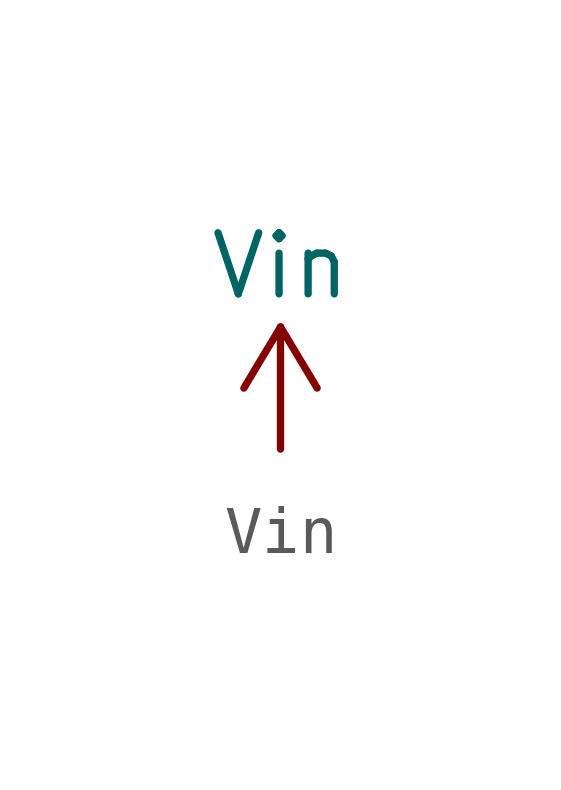
<source format=kicad_sym>
(kicad_symbol_lib
  (version 20220914)
  (generator kicad_symbol_editor)
  (symbol "Vin"
    (power)
    (pin_names
      (offset 0))
    (property "Reference" "#PWR"
      (at 0 -3.81 0)
      (effects (font (size 1.27 1.27)) hide))
    (property "Value" "Vin"
      (at 0 3.81 0)
      (effects (font (size 1.27 1.27))))
    (symbol "Vin_0_1"
      (polyline (pts (xy -0.762 1.27) (xy 0 2.54)) (stroke (width 0) (type default)) (fill (type none)))
      (polyline (pts (xy 0 0) (xy 0 2.54)) (stroke (width 0) (type default)) (fill (type none)))
      (polyline (pts (xy 0 2.54) (xy 0.762 1.27)) (stroke (width 0) (type default)) (fill (type none))))
    (symbol "Vin_1_1"
      (pin power_in line (at 0 0 90) (length 0) hide (name "Vin" (effects (font (size 1.27 1.27)))) (number "1" (effects (font (size 1.27 1.27))))))))
</source>
